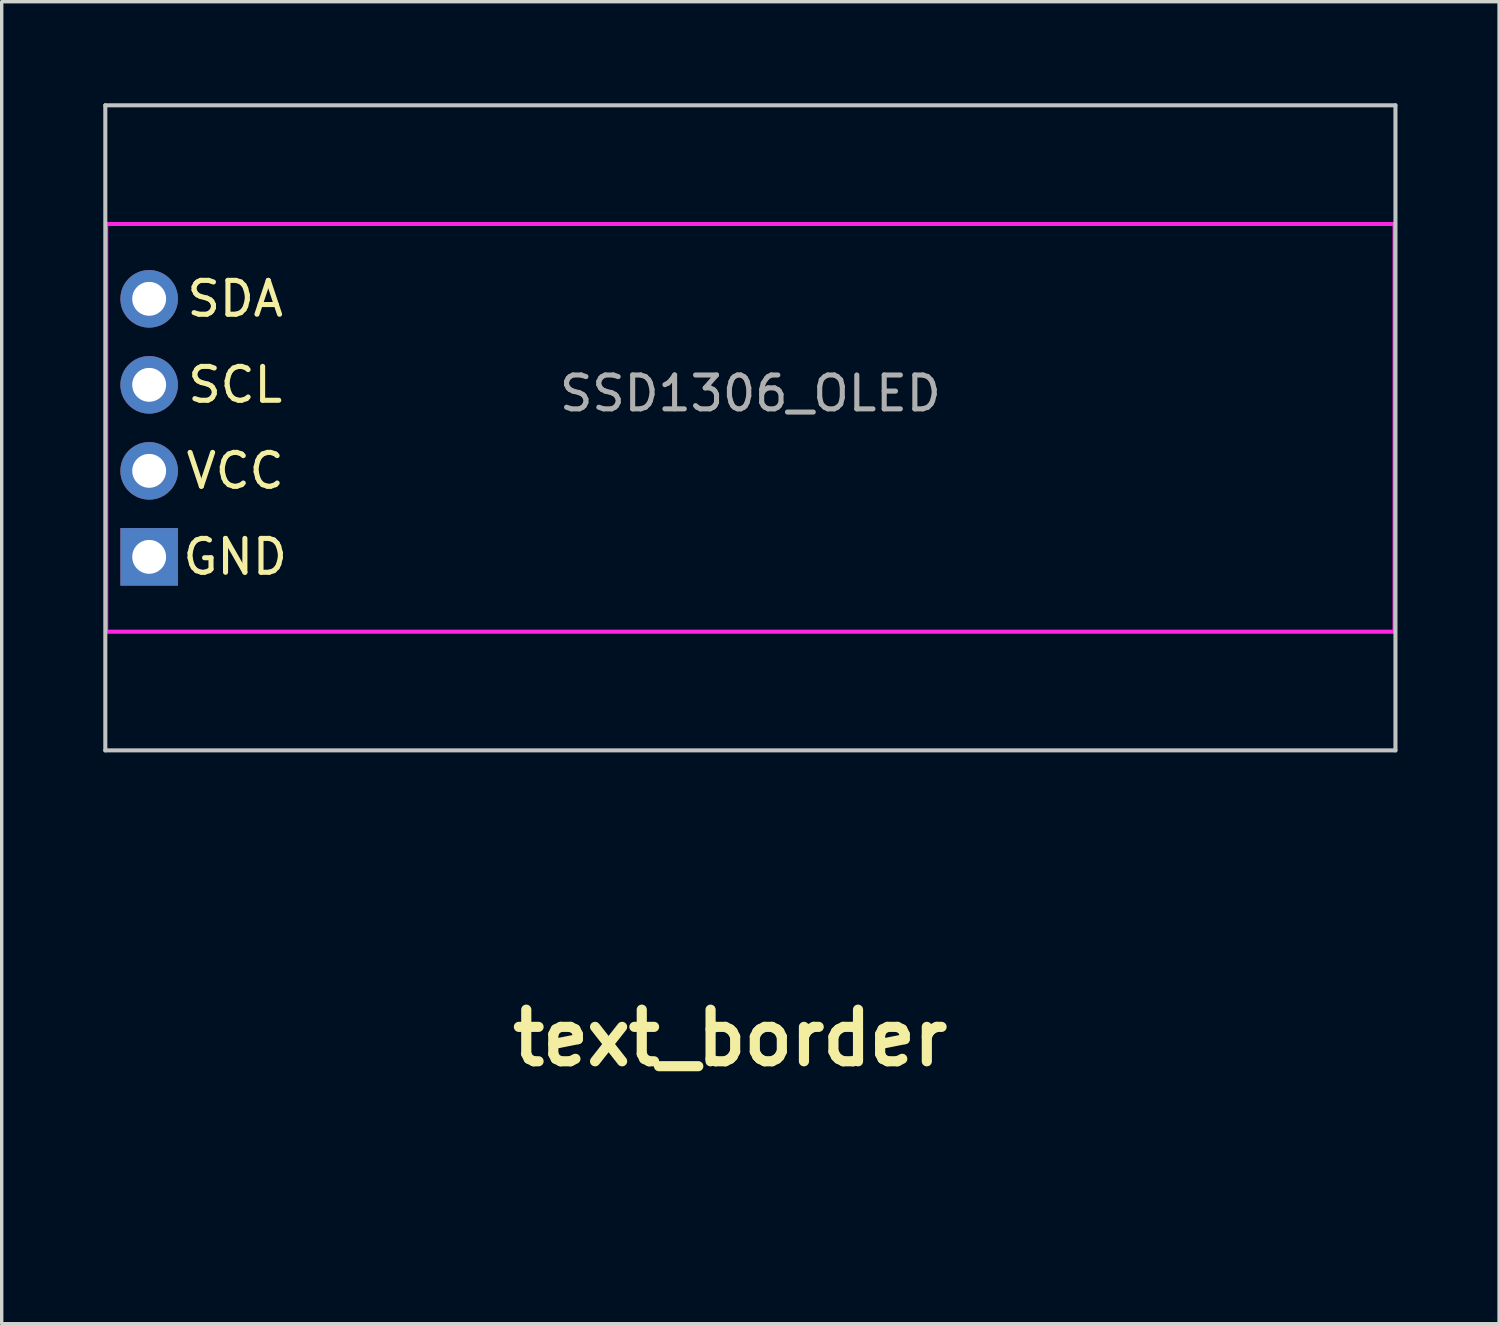
<source format=kicad_pcb>
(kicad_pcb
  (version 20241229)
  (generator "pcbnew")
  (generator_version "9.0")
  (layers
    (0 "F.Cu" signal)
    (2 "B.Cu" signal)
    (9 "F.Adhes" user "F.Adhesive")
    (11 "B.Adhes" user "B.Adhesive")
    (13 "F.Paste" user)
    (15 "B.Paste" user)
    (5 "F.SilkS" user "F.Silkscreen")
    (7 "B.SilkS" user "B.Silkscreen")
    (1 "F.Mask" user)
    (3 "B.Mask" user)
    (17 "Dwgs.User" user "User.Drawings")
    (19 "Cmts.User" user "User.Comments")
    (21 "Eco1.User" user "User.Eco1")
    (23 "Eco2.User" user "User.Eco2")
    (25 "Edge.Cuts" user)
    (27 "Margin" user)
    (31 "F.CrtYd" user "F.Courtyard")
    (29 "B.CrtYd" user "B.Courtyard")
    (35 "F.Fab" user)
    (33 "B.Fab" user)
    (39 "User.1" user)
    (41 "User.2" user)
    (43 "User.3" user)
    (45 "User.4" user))
  (footprint "SSD1306_OLED"
    (layer "F.Cu")
    (at 19.11 9.585)
    (property "Reference" "SSD1306_OLED" (at 0 -1.016 0) (layer "F.Fab") (effects (font (size 1 1) (thickness 0.15))))
    (attr through_hole)
    (fp_line (start -19.05 -9.525) (end 19.05 -9.525) (stroke (width 0.12) (type solid)) (layer "Dwgs.User"))
    (fp_line (start -19.05 9.525) (end -19.05 -9.525) (stroke (width 0.12) (type solid)) (layer "Dwgs.User"))
    (fp_line (start 19.05 -9.525) (end 19.05 9.525) (stroke (width 0.12) (type solid)) (layer "Dwgs.User"))
    (fp_line (start 19.05 9.525) (end -19.05 9.525) (stroke (width 0.12) (type solid)) (layer "Dwgs.User"))
    (fp_line (start -19.024 -6.02) (end -19.024 6.02) (stroke (width 0.12) (type solid)) (layer "F.CrtYd"))
    (fp_line (start -19.024 -6.02) (end 19.024 -6.02) (stroke (width 0.12) (type solid)) (layer "F.CrtYd"))
    (fp_line (start -19.024 6.02) (end 19.024 6.02) (stroke (width 0.12) (type solid)) (layer "F.CrtYd"))
    (fp_line (start 19.024 -6.02) (end 19.024 6.02) (stroke (width 0.12) (type solid)) (layer "F.CrtYd"))
    (fp_text user "SDA" (at -15.214 -3.81 0) (layer "F.SilkS") (effects (font (size 1 1) (thickness 0.15))))
    (fp_text user "VCC" (at -15.214 1.27 0) (layer "F.SilkS") (effects (font (size 1 1) (thickness 0.15))))
    (fp_text user "GND" (at -15.214 3.81 180) (layer "F.SilkS") (effects (font (size 1 1) (thickness 0.15))))
    (fp_text user "SCL" (at -15.214 -1.27 0) (layer "F.SilkS") (effects (font (size 1 1) (thickness 0.15))))
    (pad "1" thru_hole rect (at -17.755 3.81) (size 1.7 1.7) (drill 1) (layers "*.Cu" "*.Mask"))
    (pad "2" thru_hole oval (at -17.755 1.27) (size 1.7 1.7) (drill 1) (layers "*.Cu" "*.Mask"))
    (pad "3" thru_hole oval (at -17.755 -1.27) (size 1.7 1.7) (drill 1) (layers "*.Cu" "*.Mask"))
    (pad "4" thru_hole oval (at -17.755 -3.81) (size 1.7 1.7) (drill 1) (layers "*.Cu" "*.Mask")))
  (footprint "text_border"
    (layer "F.Cu")
    (at 18.515 27.602)
    (property "Reference" "text_border" (at 0 0 0) (layer "F.SilkS") (effects (font (size 1.524 1.524) (thickness 0.3))))
    (attr through_hole)
    (fp_poly (pts (xy 0.112 -5.054) (xy 0.512 -5.053) (xy 0.912 -5.051) (xy 1.304 -5.048) (xy 1.685 -5.044) (xy 2.048 -5.04) (xy 2.388 -5.036) (xy 2.699 -5.03) (xy 2.976 -5.025) (xy 3.214 -5.018) (xy 3.407 -5.011) (xy 3.42 -5.011) (xy 4.677 -4.95) (xy 5.892 -4.879) (xy 7.072 -4.796) (xy 8.226 -4.702) (xy 9.361 -4.595) (xy 10.484 -4.474) (xy 11.604 -4.339) (xy 12.728 -4.189) (xy 13.864 -4.024) (xy 14.492 -3.926) (xy 14.851 -3.868) (xy 15.239 -3.804) (xy 15.644 -3.735) (xy 16.057 -3.663) (xy 16.469 -3.59) (xy 16.868 -3.517) (xy 17.244 -3.447) (xy 17.588 -3.382) (xy 17.823 -3.336) (xy 18.166 -3.267) (xy 18.173 0.861) (xy 18.179 4.99) (xy 18.084 4.976) (xy 18.037 4.968) (xy 17.947 4.952) (xy 17.819 4.929) (xy 17.661 4.9) (xy 17.479 4.865) (xy 17.278 4.828) (xy 17.099 4.794) (xy 15.759 4.549) (xy 14.426 4.327) (xy 13.094 4.126) (xy 11.758 3.945) (xy 10.41 3.783) (xy 9.044 3.641) (xy 7.655 3.517) (xy 6.236 3.411) (xy 4.78 3.321) (xy 3.305 3.249) (xy 3.132 3.243) (xy 2.912 3.237) (xy 2.652 3.232) (xy 2.356 3.228) (xy 2.028 3.225) (xy 1.675 3.222) (xy 1.301 3.219) (xy 0.91 3.217) (xy 0.508 3.216) (xy 0.101 3.216) (xy -0.308 3.216) (xy -0.714 3.217) (xy -1.11 3.218) (xy -1.493 3.22) (xy -1.858 3.223) (xy -2.199 3.226) (xy -2.511 3.23) (xy -2.79 3.235) (xy -3.03 3.24) (xy -3.227 3.246) (xy -3.305 3.249) (xy -4.76 3.32) (xy -6.172 3.406) (xy -7.55 3.508) (xy -8.901 3.627) (xy -10.231 3.764) (xy -11.548 3.92) (xy -12.859 4.094) (xy -14.171 4.289) (xy -15.49 4.505) (xy -16.825 4.743) (xy -17.568 4.883) (xy -17.725 4.913) (xy -17.867 4.94) (xy -17.984 4.961) (xy -18.07 4.976) (xy -18.116 4.983) (xy -18.121 4.983) (xy -18.125 4.976) (xy -18.129 4.952) (xy -18.133 4.909) (xy -18.134 4.887) (xy -18.078 4.887) (xy -18.02 4.873) (xy -17.982 4.865) (xy -17.9 4.849) (xy -17.781 4.826) (xy -17.631 4.797) (xy -17.457 4.764) (xy -17.264 4.728) (xy -17.137 4.704) (xy -15.674 4.44) (xy -14.222 4.201) (xy -12.775 3.987) (xy -11.324 3.797) (xy -9.864 3.63) (xy -8.388 3.486) (xy -6.888 3.363) (xy -5.357 3.26) (xy -3.79 3.178) (xy -3.076 3.148) (xy -2.881 3.141) (xy -2.64 3.136) (xy -2.36 3.131) (xy -2.044 3.126) (xy -1.7 3.123) (xy -1.332 3.12) (xy -0.946 3.118) (xy -0.547 3.117) (xy -0.141 3.116) (xy 0.267 3.116) (xy 0.672 3.117) (xy 1.067 3.119) (xy 1.448 3.121) (xy 1.81 3.124) (xy 2.145 3.128) (xy 2.451 3.132) (xy 2.719 3.137) (xy 2.947 3.143) (xy 3.076 3.148) (xy 4.43 3.209) (xy 5.742 3.283) (xy 7.019 3.37) (xy 8.269 3.472) (xy 9.499 3.59) (xy 10.718 3.723) (xy 11.931 3.873) (xy 13.148 4.041) (xy 14.375 4.226) (xy 15.217 4.363) (xy 15.416 4.397) (xy 15.638 4.435) (xy 15.878 4.477) (xy 16.13 4.521) (xy 16.387 4.567) (xy 16.645 4.613) (xy 16.897 4.659) (xy 17.138 4.703) (xy 17.362 4.744) (xy 17.563 4.782) (xy 17.736 4.815) (xy 17.875 4.842) (xy 17.973 4.862) (xy 18.018 4.872) (xy 18.077 4.887) (xy 18.077 -3.193) (xy 17.435 -3.315) (xy 15.28 -3.7) (xy 13.127 -4.035) (xy 10.975 -4.319) (xy 8.825 -4.552) (xy 6.675 -4.734) (xy 4.526 -4.866) (xy 2.376 -4.947) (xy 0.227 -4.977) (xy -1.924 -4.957) (xy -4.076 -4.886) (xy -6.23 -4.764) (xy -8.386 -4.592) (xy -10.545 -4.369) (xy -11.581 -4.244) (xy -12.207 -4.162) (xy -12.854 -4.073) (xy -13.515 -3.977) (xy -14.182 -3.876) (xy -14.847 -3.771) (xy -15.501 -3.663) (xy -16.138 -3.554) (xy -16.748 -3.445) (xy -17.324 -3.336) (xy -17.858 -3.231) (xy -17.899 -3.222) (xy -18.065 -3.189) (xy -18.071 0.849) (xy -18.078 4.887) (xy -18.134 4.887) (xy -18.136 4.845) (xy -18.139 4.759) (xy -18.142 4.648) (xy -18.144 4.509) (xy -18.146 4.342) (xy -18.148 4.144) (xy -18.149 3.913) (xy -18.15 3.646) (xy -18.151 3.343) (xy -18.152 3) (xy -18.153 2.615) (xy -18.153 2.188) (xy -18.154 1.715) (xy -18.154 1.194) (xy -18.154 0.857) (xy -18.154 -3.27) (xy -17.931 -3.314) (xy -16.08 -3.659) (xy -14.245 -3.964) (xy -12.419 -4.231) (xy -10.593 -4.46) (xy -8.761 -4.652) (xy -6.916 -4.808) (xy -5.049 -4.929) (xy -3.154 -5.014) (xy -2.479 -5.036) (xy -2.266 -5.042) (xy -2.01 -5.046) (xy -1.717 -5.049) (xy -1.393 -5.052) (xy -1.042 -5.054) (xy -0.671 -5.054) (xy -0.284 -5.055) (xy 0.112 -5.054)) (stroke (width 0.01) (type solid)) (fill yes) (layer "F.Mask"))
    (fp_poly (pts (xy 2.879 -5.385) (xy 5.039 -5.292) (xy 7.196 -5.15) (xy 9.35 -4.957) (xy 11.499 -4.713) (xy 13.644 -4.419) (xy 15.783 -4.075) (xy 15.98 -4.041) (xy 16.133 -4.013) (xy 16.317 -3.98) (xy 16.527 -3.941) (xy 16.755 -3.899) (xy 16.993 -3.855) (xy 17.235 -3.809) (xy 17.474 -3.764) (xy 17.702 -3.721) (xy 17.911 -3.681) (xy 18.096 -3.645) (xy 18.249 -3.615) (xy 18.362 -3.592) (xy 18.402 -3.584) (xy 18.535 -3.555) (xy 18.535 0.926) (xy 18.535 1.399) (xy 18.535 1.859) (xy 18.534 2.303) (xy 18.534 2.727) (xy 18.533 3.13) (xy 18.533 3.509) (xy 18.532 3.862) (xy 18.531 4.185) (xy 18.53 4.477) (xy 18.529 4.734) (xy 18.528 4.954) (xy 18.526 5.135) (xy 18.525 5.274) (xy 18.524 5.368) (xy 18.522 5.415) (xy 18.522 5.42) (xy 18.494 5.419) (xy 18.424 5.409) (xy 18.319 5.391) (xy 18.185 5.367) (xy 18.032 5.337) (xy 17.956 5.322) (xy 16.578 5.057) (xy 15.161 4.81) (xy 13.714 4.583) (xy 12.248 4.376) (xy 10.771 4.191) (xy 9.293 4.028) (xy 7.823 3.89) (xy 6.37 3.778) (xy 6.166 3.764) (xy 5.657 3.731) (xy 5.181 3.702) (xy 4.731 3.676) (xy 4.299 3.654) (xy 3.879 3.635) (xy 3.465 3.619) (xy 3.048 3.606) (xy 2.624 3.595) (xy 2.183 3.587) (xy 1.721 3.581) (xy 1.229 3.577) (xy 0.702 3.574) (xy 0.132 3.573) (xy 0.013 3.573) (xy -0.451 3.573) (xy -0.87 3.574) (xy -1.251 3.575) (xy -1.598 3.578) (xy -1.92 3.581) (xy -2.22 3.585) (xy -2.507 3.59) (xy -2.784 3.597) (xy -3.06 3.605) (xy -3.339 3.615) (xy -3.628 3.627) (xy -3.933 3.64) (xy -4.26 3.656) (xy -4.615 3.673) (xy -4.653 3.675) (xy -6.37 3.779) (xy -8.099 3.916) (xy -9.833 4.086) (xy -11.563 4.287) (xy -13.281 4.519) (xy -14.98 4.781) (xy -16.651 5.071) (xy -18.147 5.36) (xy -18.51 5.434) (xy -18.51 0.904) (xy -18.357 0.904) (xy -18.357 1.464) (xy -18.357 1.975) (xy -18.357 2.44) (xy -18.356 2.86) (xy -18.356 3.237) (xy -18.355 3.574) (xy -18.354 3.872) (xy -18.353 4.134) (xy -18.351 4.362) (xy -18.349 4.558) (xy -18.347 4.723) (xy -18.345 4.86) (xy -18.343 4.972) (xy -18.34 5.059) (xy -18.337 5.125) (xy -18.333 5.171) (xy -18.329 5.199) (xy -18.325 5.211) (xy -18.323 5.212) (xy -18.287 5.207) (xy -18.211 5.194) (xy -18.104 5.174) (xy -17.977 5.149) (xy -17.91 5.135) (xy -17.719 5.097) (xy -17.486 5.052) (xy -17.22 5.002) (xy -16.93 4.948) (xy -16.624 4.892) (xy -16.31 4.835) (xy -15.998 4.78) (xy -15.696 4.726) (xy -15.413 4.677) (xy -15.156 4.634) (xy -15.052 4.617) (xy -12.903 4.288) (xy -10.75 4.01) (xy -8.595 3.784) (xy -6.438 3.607) (xy -4.279 3.482) (xy -2.119 3.407) (xy 0.041 3.382) (xy 2.202 3.409) (xy 4.362 3.486) (xy 6.521 3.614) (xy 8.678 3.792) (xy 10.833 4.021) (xy 12.986 4.301) (xy 15.136 4.631) (xy 17.282 5.012) (xy 17.472 5.048) (xy 17.674 5.087) (xy 17.859 5.122) (xy 18.023 5.153) (xy 18.159 5.179) (xy 18.262 5.198) (xy 18.325 5.209) (xy 18.343 5.212) (xy 18.344 5.187) (xy 18.346 5.114) (xy 18.347 4.995) (xy 18.348 4.833) (xy 18.349 4.631) (xy 18.35 4.391) (xy 18.351 4.116) (xy 18.351 3.808) (xy 18.352 3.47) (xy 18.352 3.105) (xy 18.352 2.715) (xy 18.352 2.303) (xy 18.352 1.872) (xy 18.352 1.424) (xy 18.351 0.961) (xy 18.351 0.897) (xy 18.344 -3.419) (xy 17.594 -3.564) (xy 15.48 -3.948) (xy 13.37 -4.281) (xy 11.263 -4.566) (xy 9.154 -4.801) (xy 7.041 -4.987) (xy 4.922 -5.125) (xy 4.475 -5.147) (xy 3.449 -5.191) (xy 2.392 -5.223) (xy 1.317 -5.243) (xy 0.234 -5.252) (xy -0.847 -5.249) (xy -1.913 -5.235) (xy -2.955 -5.209) (xy -3.961 -5.172) (xy -4.208 -5.161) (xy -6.372 -5.034) (xy -8.52 -4.86) (xy -10.651 -4.638) (xy -12.768 -4.367) (xy -14.87 -4.049) (xy -16.396 -3.786) (xy -16.595 -3.75) (xy -16.807 -3.711) (xy -17.027 -3.67) (xy -17.248 -3.628) (xy -17.464 -3.587) (xy -17.67 -3.547) (xy -17.857 -3.51) (xy -18.021 -3.478) (xy -18.155 -3.451) (xy -18.252 -3.431) (xy -18.307 -3.418) (xy -18.313 -3.417) (xy -18.318 -3.413) (xy -18.324 -3.405) (xy -18.328 -3.389) (xy -18.332 -3.363) (xy -18.336 -3.326) (xy -18.34 -3.274) (xy -18.343 -3.206) (xy -18.345 -3.12) (xy -18.348 -3.012) (xy -18.35 -2.882) (xy -18.351 -2.726) (xy -18.353 -2.543) (xy -18.354 -2.329) (xy -18.355 -2.084) (xy -18.356 -1.804) (xy -18.356 -1.488) (xy -18.357 -1.133) (xy -18.357 -0.736) (xy -18.357 -0.297) (xy -18.357 0.189) (xy -18.357 0.722) (xy -18.357 0.904) (xy -18.51 0.904) (xy -18.51 -3.554) (xy -18.402 -3.58) (xy -18.286 -3.607) (xy -18.125 -3.64) (xy -17.924 -3.68) (xy -17.689 -3.726) (xy -17.425 -3.776) (xy -17.137 -3.829) (xy -16.83 -3.886) (xy -16.509 -3.943) (xy -16.181 -4.002) (xy -15.849 -4.06) (xy -15.52 -4.117) (xy -15.198 -4.171) (xy -14.889 -4.223) (xy -14.599 -4.27) (xy -14.365 -4.308) (xy -12.221 -4.619) (xy -10.072 -4.88) (xy -7.919 -5.09) (xy -5.762 -5.25) (xy -3.603 -5.359) (xy -1.442 -5.418) (xy 0.719 -5.427) (xy 2.879 -5.385)) (stroke (width 0.01) (type solid)) (fill yes) (layer "F.Mask")))
  (gr_rect
    (start -3 -3)
    (end 41.22 36.041)
    (stroke (width 0.1) (type default))
    (fill no)
    (layer "Edge.Cuts")))
</source>
